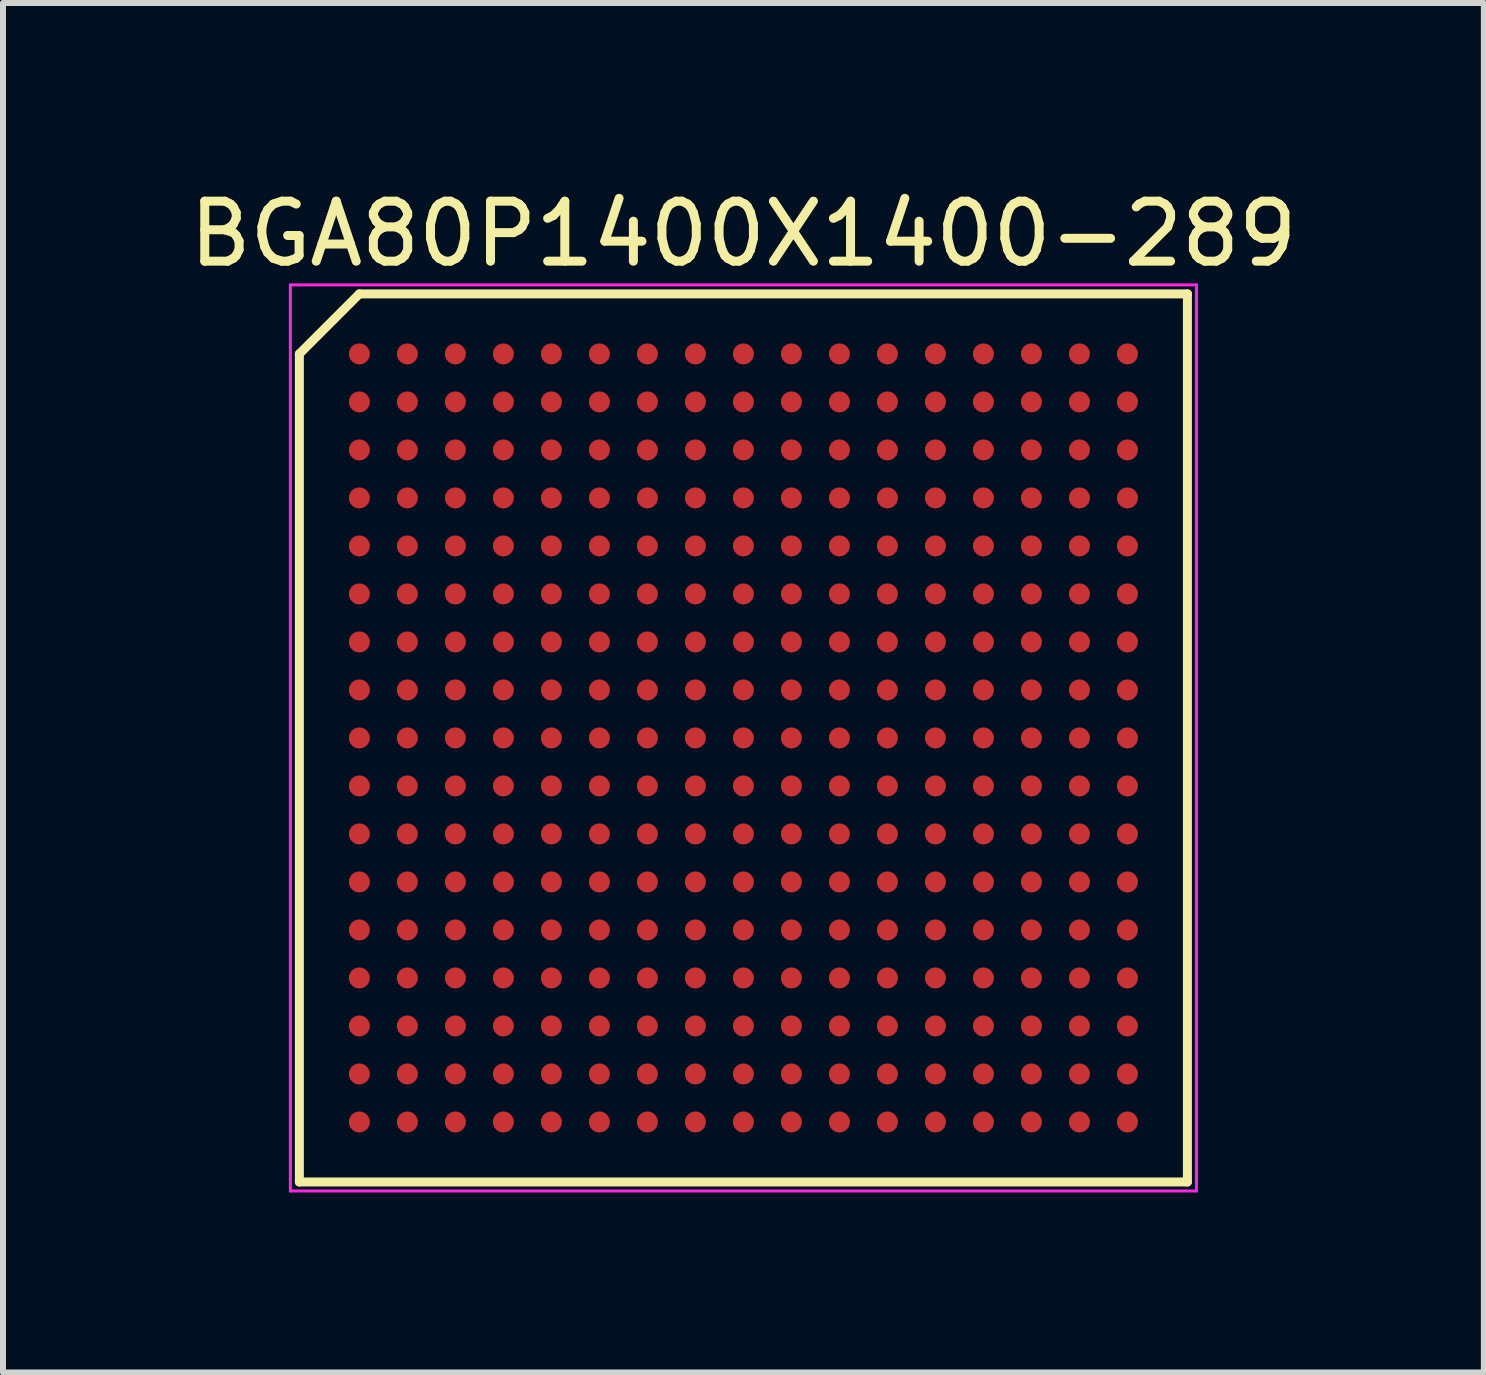
<source format=kicad_pcb>
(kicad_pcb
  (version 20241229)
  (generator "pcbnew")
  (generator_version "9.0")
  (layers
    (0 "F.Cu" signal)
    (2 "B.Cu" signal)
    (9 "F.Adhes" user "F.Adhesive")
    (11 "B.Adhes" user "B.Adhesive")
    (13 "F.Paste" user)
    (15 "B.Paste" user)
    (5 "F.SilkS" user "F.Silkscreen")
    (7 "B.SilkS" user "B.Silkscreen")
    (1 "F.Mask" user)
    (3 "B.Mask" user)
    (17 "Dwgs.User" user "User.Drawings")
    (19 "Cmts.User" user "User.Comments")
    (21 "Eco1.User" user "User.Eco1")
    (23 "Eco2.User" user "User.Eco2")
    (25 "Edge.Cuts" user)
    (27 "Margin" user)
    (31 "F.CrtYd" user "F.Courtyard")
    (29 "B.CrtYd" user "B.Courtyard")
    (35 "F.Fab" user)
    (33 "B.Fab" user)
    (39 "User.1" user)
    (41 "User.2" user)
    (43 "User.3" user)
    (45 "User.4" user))
  (footprint "BGA80P1400X1400-289"
    (layer "F.Cu")
    (at 9.339 9.248)
    (property "Reference" "BGA80P1400X1400-289" (at 0 -8.4 0) (layer "F.SilkS") (effects (font (size 1 1) (thickness 0.15))))
    (attr smd)
    (fp_line (start -7.4 -6.4) (end -7.4 7.4) (stroke (width 0.15) (type solid)) (layer "F.SilkS"))
    (fp_line (start -7.4 7.4) (end 7.4 7.4) (stroke (width 0.15) (type solid)) (layer "F.SilkS"))
    (fp_line (start -6.4 -7.4) (end -7.4 -6.4) (stroke (width 0.15) (type solid)) (layer "F.SilkS"))
    (fp_line (start 7.4 -7.4) (end -6.4 -7.4) (stroke (width 0.15) (type solid)) (layer "F.SilkS"))
    (fp_line (start 7.4 7.4) (end 7.4 -7.4) (stroke (width 0.15) (type solid)) (layer "F.SilkS"))
    (fp_line (start -7.55 -7.55) (end 7.55 -7.55) (stroke (width 0.05) (type solid)) (layer "F.CrtYd"))
    (fp_line (start -7.55 7.55) (end -7.55 -7.55) (stroke (width 0.05) (type solid)) (layer "F.CrtYd"))
    (fp_line (start 7.55 -7.55) (end 7.55 7.55) (stroke (width 0.05) (type solid)) (layer "F.CrtYd"))
    (fp_line (start 7.55 7.55) (end -7.55 7.55) (stroke (width 0.05) (type solid)) (layer "F.CrtYd"))
    (pad "A1" smd circle (at -6.4 -6.4) (size 0.35 0.35) (layers "F.Cu" "F.Mask" "F.Paste"))
    (pad "A2" smd circle (at -5.6 -6.4) (size 0.35 0.35) (layers "F.Cu" "F.Mask" "F.Paste"))
    (pad "A3" smd circle (at -4.8 -6.4) (size 0.35 0.35) (layers "F.Cu" "F.Mask" "F.Paste"))
    (pad "A4" smd circle (at -4 -6.4) (size 0.35 0.35) (layers "F.Cu" "F.Mask" "F.Paste"))
    (pad "A5" smd circle (at -3.2 -6.4) (size 0.35 0.35) (layers "F.Cu" "F.Mask" "F.Paste"))
    (pad "A6" smd circle (at -2.4 -6.4) (size 0.35 0.35) (layers "F.Cu" "F.Mask" "F.Paste"))
    (pad "A7" smd circle (at -1.6 -6.4) (size 0.35 0.35) (layers "F.Cu" "F.Mask" "F.Paste"))
    (pad "A8" smd circle (at -0.8 -6.4) (size 0.35 0.35) (layers "F.Cu" "F.Mask" "F.Paste"))
    (pad "A9" smd circle (at 0 -6.4) (size 0.35 0.35) (layers "F.Cu" "F.Mask" "F.Paste"))
    (pad "A10" smd circle (at 0.8 -6.4) (size 0.35 0.35) (layers "F.Cu" "F.Mask" "F.Paste"))
    (pad "A11" smd circle (at 1.6 -6.4) (size 0.35 0.35) (layers "F.Cu" "F.Mask" "F.Paste"))
    (pad "A12" smd circle (at 2.4 -6.4) (size 0.35 0.35) (layers "F.Cu" "F.Mask" "F.Paste"))
    (pad "A13" smd circle (at 3.2 -6.4) (size 0.35 0.35) (layers "F.Cu" "F.Mask" "F.Paste"))
    (pad "A14" smd circle (at 4 -6.4) (size 0.35 0.35) (layers "F.Cu" "F.Mask" "F.Paste"))
    (pad "A15" smd circle (at 4.8 -6.4) (size 0.35 0.35) (layers "F.Cu" "F.Mask" "F.Paste"))
    (pad "A16" smd circle (at 5.6 -6.4) (size 0.35 0.35) (layers "F.Cu" "F.Mask" "F.Paste"))
    (pad "A17" smd circle (at 6.4 -6.4) (size 0.35 0.35) (layers "F.Cu" "F.Mask" "F.Paste"))
    (pad "B1" smd circle (at -6.4 -5.6) (size 0.35 0.35) (layers "F.Cu" "F.Mask" "F.Paste"))
    (pad "B2" smd circle (at -5.6 -5.6) (size 0.35 0.35) (layers "F.Cu" "F.Mask" "F.Paste"))
    (pad "B3" smd circle (at -4.8 -5.6) (size 0.35 0.35) (layers "F.Cu" "F.Mask" "F.Paste"))
    (pad "B4" smd circle (at -4 -5.6) (size 0.35 0.35) (layers "F.Cu" "F.Mask" "F.Paste"))
    (pad "B5" smd circle (at -3.2 -5.6) (size 0.35 0.35) (layers "F.Cu" "F.Mask" "F.Paste"))
    (pad "B6" smd circle (at -2.4 -5.6) (size 0.35 0.35) (layers "F.Cu" "F.Mask" "F.Paste"))
    (pad "B7" smd circle (at -1.6 -5.6) (size 0.35 0.35) (layers "F.Cu" "F.Mask" "F.Paste"))
    (pad "B8" smd circle (at -0.8 -5.6) (size 0.35 0.35) (layers "F.Cu" "F.Mask" "F.Paste"))
    (pad "B9" smd circle (at 0 -5.6) (size 0.35 0.35) (layers "F.Cu" "F.Mask" "F.Paste"))
    (pad "B10" smd circle (at 0.8 -5.6) (size 0.35 0.35) (layers "F.Cu" "F.Mask" "F.Paste"))
    (pad "B11" smd circle (at 1.6 -5.6) (size 0.35 0.35) (layers "F.Cu" "F.Mask" "F.Paste"))
    (pad "B12" smd circle (at 2.4 -5.6) (size 0.35 0.35) (layers "F.Cu" "F.Mask" "F.Paste"))
    (pad "B13" smd circle (at 3.2 -5.6) (size 0.35 0.35) (layers "F.Cu" "F.Mask" "F.Paste"))
    (pad "B14" smd circle (at 4 -5.6) (size 0.35 0.35) (layers "F.Cu" "F.Mask" "F.Paste"))
    (pad "B15" smd circle (at 4.8 -5.6) (size 0.35 0.35) (layers "F.Cu" "F.Mask" "F.Paste"))
    (pad "B16" smd circle (at 5.6 -5.6) (size 0.35 0.35) (layers "F.Cu" "F.Mask" "F.Paste"))
    (pad "B17" smd circle (at 6.4 -5.6) (size 0.35 0.35) (layers "F.Cu" "F.Mask" "F.Paste"))
    (pad "C1" smd circle (at -6.4 -4.8) (size 0.35 0.35) (layers "F.Cu" "F.Mask" "F.Paste"))
    (pad "C2" smd circle (at -5.6 -4.8) (size 0.35 0.35) (layers "F.Cu" "F.Mask" "F.Paste"))
    (pad "C3" smd circle (at -4.8 -4.8) (size 0.35 0.35) (layers "F.Cu" "F.Mask" "F.Paste"))
    (pad "C4" smd circle (at -4 -4.8) (size 0.35 0.35) (layers "F.Cu" "F.Mask" "F.Paste"))
    (pad "C5" smd circle (at -3.2 -4.8) (size 0.35 0.35) (layers "F.Cu" "F.Mask" "F.Paste"))
    (pad "C6" smd circle (at -2.4 -4.8) (size 0.35 0.35) (layers "F.Cu" "F.Mask" "F.Paste"))
    (pad "C7" smd circle (at -1.6 -4.8) (size 0.35 0.35) (layers "F.Cu" "F.Mask" "F.Paste"))
    (pad "C8" smd circle (at -0.8 -4.8) (size 0.35 0.35) (layers "F.Cu" "F.Mask" "F.Paste"))
    (pad "C9" smd circle (at 0 -4.8) (size 0.35 0.35) (layers "F.Cu" "F.Mask" "F.Paste"))
    (pad "C10" smd circle (at 0.8 -4.8) (size 0.35 0.35) (layers "F.Cu" "F.Mask" "F.Paste"))
    (pad "C11" smd circle (at 1.6 -4.8) (size 0.35 0.35) (layers "F.Cu" "F.Mask" "F.Paste"))
    (pad "C12" smd circle (at 2.4 -4.8) (size 0.35 0.35) (layers "F.Cu" "F.Mask" "F.Paste"))
    (pad "C13" smd circle (at 3.2 -4.8) (size 0.35 0.35) (layers "F.Cu" "F.Mask" "F.Paste"))
    (pad "C14" smd circle (at 4 -4.8) (size 0.35 0.35) (layers "F.Cu" "F.Mask" "F.Paste"))
    (pad "C15" smd circle (at 4.8 -4.8) (size 0.35 0.35) (layers "F.Cu" "F.Mask" "F.Paste"))
    (pad "C16" smd circle (at 5.6 -4.8) (size 0.35 0.35) (layers "F.Cu" "F.Mask" "F.Paste"))
    (pad "C17" smd circle (at 6.4 -4.8) (size 0.35 0.35) (layers "F.Cu" "F.Mask" "F.Paste"))
    (pad "D1" smd circle (at -6.4 -4) (size 0.35 0.35) (layers "F.Cu" "F.Mask" "F.Paste"))
    (pad "D2" smd circle (at -5.6 -4) (size 0.35 0.35) (layers "F.Cu" "F.Mask" "F.Paste"))
    (pad "D3" smd circle (at -4.8 -4) (size 0.35 0.35) (layers "F.Cu" "F.Mask" "F.Paste"))
    (pad "D4" smd circle (at -4 -4) (size 0.35 0.35) (layers "F.Cu" "F.Mask" "F.Paste"))
    (pad "D5" smd circle (at -3.2 -4) (size 0.35 0.35) (layers "F.Cu" "F.Mask" "F.Paste"))
    (pad "D6" smd circle (at -2.4 -4) (size 0.35 0.35) (layers "F.Cu" "F.Mask" "F.Paste"))
    (pad "D7" smd circle (at -1.6 -4) (size 0.35 0.35) (layers "F.Cu" "F.Mask" "F.Paste"))
    (pad "D8" smd circle (at -0.8 -4) (size 0.35 0.35) (layers "F.Cu" "F.Mask" "F.Paste"))
    (pad "D9" smd circle (at 0 -4) (size 0.35 0.35) (layers "F.Cu" "F.Mask" "F.Paste"))
    (pad "D10" smd circle (at 0.8 -4) (size 0.35 0.35) (layers "F.Cu" "F.Mask" "F.Paste"))
    (pad "D11" smd circle (at 1.6 -4) (size 0.35 0.35) (layers "F.Cu" "F.Mask" "F.Paste"))
    (pad "D12" smd circle (at 2.4 -4) (size 0.35 0.35) (layers "F.Cu" "F.Mask" "F.Paste"))
    (pad "D13" smd circle (at 3.2 -4) (size 0.35 0.35) (layers "F.Cu" "F.Mask" "F.Paste"))
    (pad "D14" smd circle (at 4 -4) (size 0.35 0.35) (layers "F.Cu" "F.Mask" "F.Paste"))
    (pad "D15" smd circle (at 4.8 -4) (size 0.35 0.35) (layers "F.Cu" "F.Mask" "F.Paste"))
    (pad "D16" smd circle (at 5.6 -4) (size 0.35 0.35) (layers "F.Cu" "F.Mask" "F.Paste"))
    (pad "D17" smd circle (at 6.4 -4) (size 0.35 0.35) (layers "F.Cu" "F.Mask" "F.Paste"))
    (pad "E1" smd circle (at -6.4 -3.2) (size 0.35 0.35) (layers "F.Cu" "F.Mask" "F.Paste"))
    (pad "E2" smd circle (at -5.6 -3.2) (size 0.35 0.35) (layers "F.Cu" "F.Mask" "F.Paste"))
    (pad "E3" smd circle (at -4.8 -3.2) (size 0.35 0.35) (layers "F.Cu" "F.Mask" "F.Paste"))
    (pad "E4" smd circle (at -4 -3.2) (size 0.35 0.35) (layers "F.Cu" "F.Mask" "F.Paste"))
    (pad "E5" smd circle (at -3.2 -3.2) (size 0.35 0.35) (layers "F.Cu" "F.Mask" "F.Paste"))
    (pad "E6" smd circle (at -2.4 -3.2) (size 0.35 0.35) (layers "F.Cu" "F.Mask" "F.Paste"))
    (pad "E7" smd circle (at -1.6 -3.2) (size 0.35 0.35) (layers "F.Cu" "F.Mask" "F.Paste"))
    (pad "E8" smd circle (at -0.8 -3.2) (size 0.35 0.35) (layers "F.Cu" "F.Mask" "F.Paste"))
    (pad "E9" smd circle (at 0 -3.2) (size 0.35 0.35) (layers "F.Cu" "F.Mask" "F.Paste"))
    (pad "E10" smd circle (at 0.8 -3.2) (size 0.35 0.35) (layers "F.Cu" "F.Mask" "F.Paste"))
    (pad "E11" smd circle (at 1.6 -3.2) (size 0.35 0.35) (layers "F.Cu" "F.Mask" "F.Paste"))
    (pad "E12" smd circle (at 2.4 -3.2) (size 0.35 0.35) (layers "F.Cu" "F.Mask" "F.Paste"))
    (pad "E13" smd circle (at 3.2 -3.2) (size 0.35 0.35) (layers "F.Cu" "F.Mask" "F.Paste"))
    (pad "E14" smd circle (at 4 -3.2) (size 0.35 0.35) (layers "F.Cu" "F.Mask" "F.Paste"))
    (pad "E15" smd circle (at 4.8 -3.2) (size 0.35 0.35) (layers "F.Cu" "F.Mask" "F.Paste"))
    (pad "E16" smd circle (at 5.6 -3.2) (size 0.35 0.35) (layers "F.Cu" "F.Mask" "F.Paste"))
    (pad "E17" smd circle (at 6.4 -3.2) (size 0.35 0.35) (layers "F.Cu" "F.Mask" "F.Paste"))
    (pad "F1" smd circle (at -6.4 -2.4) (size 0.35 0.35) (layers "F.Cu" "F.Mask" "F.Paste"))
    (pad "F2" smd circle (at -5.6 -2.4) (size 0.35 0.35) (layers "F.Cu" "F.Mask" "F.Paste"))
    (pad "F3" smd circle (at -4.8 -2.4) (size 0.35 0.35) (layers "F.Cu" "F.Mask" "F.Paste"))
    (pad "F4" smd circle (at -4 -2.4) (size 0.35 0.35) (layers "F.Cu" "F.Mask" "F.Paste"))
    (pad "F5" smd circle (at -3.2 -2.4) (size 0.35 0.35) (layers "F.Cu" "F.Mask" "F.Paste"))
    (pad "F6" smd circle (at -2.4 -2.4) (size 0.35 0.35) (layers "F.Cu" "F.Mask" "F.Paste"))
    (pad "F7" smd circle (at -1.6 -2.4) (size 0.35 0.35) (layers "F.Cu" "F.Mask" "F.Paste"))
    (pad "F8" smd circle (at -0.8 -2.4) (size 0.35 0.35) (layers "F.Cu" "F.Mask" "F.Paste"))
    (pad "F9" smd circle (at 0 -2.4) (size 0.35 0.35) (layers "F.Cu" "F.Mask" "F.Paste"))
    (pad "F10" smd circle (at 0.8 -2.4) (size 0.35 0.35) (layers "F.Cu" "F.Mask" "F.Paste"))
    (pad "F11" smd circle (at 1.6 -2.4) (size 0.35 0.35) (layers "F.Cu" "F.Mask" "F.Paste"))
    (pad "F12" smd circle (at 2.4 -2.4) (size 0.35 0.35) (layers "F.Cu" "F.Mask" "F.Paste"))
    (pad "F13" smd circle (at 3.2 -2.4) (size 0.35 0.35) (layers "F.Cu" "F.Mask" "F.Paste"))
    (pad "F14" smd circle (at 4 -2.4) (size 0.35 0.35) (layers "F.Cu" "F.Mask" "F.Paste"))
    (pad "F15" smd circle (at 4.8 -2.4) (size 0.35 0.35) (layers "F.Cu" "F.Mask" "F.Paste"))
    (pad "F16" smd circle (at 5.6 -2.4) (size 0.35 0.35) (layers "F.Cu" "F.Mask" "F.Paste"))
    (pad "F17" smd circle (at 6.4 -2.4) (size 0.35 0.35) (layers "F.Cu" "F.Mask" "F.Paste"))
    (pad "G1" smd circle (at -6.4 -1.6) (size 0.35 0.35) (layers "F.Cu" "F.Mask" "F.Paste"))
    (pad "G2" smd circle (at -5.6 -1.6) (size 0.35 0.35) (layers "F.Cu" "F.Mask" "F.Paste"))
    (pad "G3" smd circle (at -4.8 -1.6) (size 0.35 0.35) (layers "F.Cu" "F.Mask" "F.Paste"))
    (pad "G4" smd circle (at -4 -1.6) (size 0.35 0.35) (layers "F.Cu" "F.Mask" "F.Paste"))
    (pad "G5" smd circle (at -3.2 -1.6) (size 0.35 0.35) (layers "F.Cu" "F.Mask" "F.Paste"))
    (pad "G6" smd circle (at -2.4 -1.6) (size 0.35 0.35) (layers "F.Cu" "F.Mask" "F.Paste"))
    (pad "G7" smd circle (at -1.6 -1.6) (size 0.35 0.35) (layers "F.Cu" "F.Mask" "F.Paste"))
    (pad "G8" smd circle (at -0.8 -1.6) (size 0.35 0.35) (layers "F.Cu" "F.Mask" "F.Paste"))
    (pad "G9" smd circle (at 0 -1.6) (size 0.35 0.35) (layers "F.Cu" "F.Mask" "F.Paste"))
    (pad "G10" smd circle (at 0.8 -1.6) (size 0.35 0.35) (layers "F.Cu" "F.Mask" "F.Paste"))
    (pad "G11" smd circle (at 1.6 -1.6) (size 0.35 0.35) (layers "F.Cu" "F.Mask" "F.Paste"))
    (pad "G12" smd circle (at 2.4 -1.6) (size 0.35 0.35) (layers "F.Cu" "F.Mask" "F.Paste"))
    (pad "G13" smd circle (at 3.2 -1.6) (size 0.35 0.35) (layers "F.Cu" "F.Mask" "F.Paste"))
    (pad "G14" smd circle (at 4 -1.6) (size 0.35 0.35) (layers "F.Cu" "F.Mask" "F.Paste"))
    (pad "G15" smd circle (at 4.8 -1.6) (size 0.35 0.35) (layers "F.Cu" "F.Mask" "F.Paste"))
    (pad "G16" smd circle (at 5.6 -1.6) (size 0.35 0.35) (layers "F.Cu" "F.Mask" "F.Paste"))
    (pad "G17" smd circle (at 6.4 -1.6) (size 0.35 0.35) (layers "F.Cu" "F.Mask" "F.Paste"))
    (pad "H1" smd circle (at -6.4 -0.8) (size 0.35 0.35) (layers "F.Cu" "F.Mask" "F.Paste"))
    (pad "H2" smd circle (at -5.6 -0.8) (size 0.35 0.35) (layers "F.Cu" "F.Mask" "F.Paste"))
    (pad "H3" smd circle (at -4.8 -0.8) (size 0.35 0.35) (layers "F.Cu" "F.Mask" "F.Paste"))
    (pad "H4" smd circle (at -4 -0.8) (size 0.35 0.35) (layers "F.Cu" "F.Mask" "F.Paste"))
    (pad "H5" smd circle (at -3.2 -0.8) (size 0.35 0.35) (layers "F.Cu" "F.Mask" "F.Paste"))
    (pad "H6" smd circle (at -2.4 -0.8) (size 0.35 0.35) (layers "F.Cu" "F.Mask" "F.Paste"))
    (pad "H7" smd circle (at -1.6 -0.8) (size 0.35 0.35) (layers "F.Cu" "F.Mask" "F.Paste"))
    (pad "H8" smd circle (at -0.8 -0.8) (size 0.35 0.35) (layers "F.Cu" "F.Mask" "F.Paste"))
    (pad "H9" smd circle (at 0 -0.8) (size 0.35 0.35) (layers "F.Cu" "F.Mask" "F.Paste"))
    (pad "H10" smd circle (at 0.8 -0.8) (size 0.35 0.35) (layers "F.Cu" "F.Mask" "F.Paste"))
    (pad "H11" smd circle (at 1.6 -0.8) (size 0.35 0.35) (layers "F.Cu" "F.Mask" "F.Paste"))
    (pad "H12" smd circle (at 2.4 -0.8) (size 0.35 0.35) (layers "F.Cu" "F.Mask" "F.Paste"))
    (pad "H13" smd circle (at 3.2 -0.8) (size 0.35 0.35) (layers "F.Cu" "F.Mask" "F.Paste"))
    (pad "H14" smd circle (at 4 -0.8) (size 0.35 0.35) (layers "F.Cu" "F.Mask" "F.Paste"))
    (pad "H15" smd circle (at 4.8 -0.8) (size 0.35 0.35) (layers "F.Cu" "F.Mask" "F.Paste"))
    (pad "H16" smd circle (at 5.6 -0.8) (size 0.35 0.35) (layers "F.Cu" "F.Mask" "F.Paste"))
    (pad "H17" smd circle (at 6.4 -0.8) (size 0.35 0.35) (layers "F.Cu" "F.Mask" "F.Paste"))
    (pad "J1" smd circle (at -6.4 0) (size 0.35 0.35) (layers "F.Cu" "F.Mask" "F.Paste"))
    (pad "J2" smd circle (at -5.6 0) (size 0.35 0.35) (layers "F.Cu" "F.Mask" "F.Paste"))
    (pad "J3" smd circle (at -4.8 0) (size 0.35 0.35) (layers "F.Cu" "F.Mask" "F.Paste"))
    (pad "J4" smd circle (at -4 0) (size 0.35 0.35) (layers "F.Cu" "F.Mask" "F.Paste"))
    (pad "J5" smd circle (at -3.2 0) (size 0.35 0.35) (layers "F.Cu" "F.Mask" "F.Paste"))
    (pad "J6" smd circle (at -2.4 0) (size 0.35 0.35) (layers "F.Cu" "F.Mask" "F.Paste"))
    (pad "J7" smd circle (at -1.6 0) (size 0.35 0.35) (layers "F.Cu" "F.Mask" "F.Paste"))
    (pad "J8" smd circle (at -0.8 0) (size 0.35 0.35) (layers "F.Cu" "F.Mask" "F.Paste"))
    (pad "J9" smd circle (at 0 0) (size 0.35 0.35) (layers "F.Cu" "F.Mask" "F.Paste"))
    (pad "J10" smd circle (at 0.8 0) (size 0.35 0.35) (layers "F.Cu" "F.Mask" "F.Paste"))
    (pad "J11" smd circle (at 1.6 0) (size 0.35 0.35) (layers "F.Cu" "F.Mask" "F.Paste"))
    (pad "J12" smd circle (at 2.4 0) (size 0.35 0.35) (layers "F.Cu" "F.Mask" "F.Paste"))
    (pad "J13" smd circle (at 3.2 0) (size 0.35 0.35) (layers "F.Cu" "F.Mask" "F.Paste"))
    (pad "J14" smd circle (at 4 0) (size 0.35 0.35) (layers "F.Cu" "F.Mask" "F.Paste"))
    (pad "J15" smd circle (at 4.8 0) (size 0.35 0.35) (layers "F.Cu" "F.Mask" "F.Paste"))
    (pad "J16" smd circle (at 5.6 0) (size 0.35 0.35) (layers "F.Cu" "F.Mask" "F.Paste"))
    (pad "J17" smd circle (at 6.4 0) (size 0.35 0.35) (layers "F.Cu" "F.Mask" "F.Paste"))
    (pad "K1" smd circle (at -6.4 0.8) (size 0.35 0.35) (layers "F.Cu" "F.Mask" "F.Paste"))
    (pad "K2" smd circle (at -5.6 0.8) (size 0.35 0.35) (layers "F.Cu" "F.Mask" "F.Paste"))
    (pad "K3" smd circle (at -4.8 0.8) (size 0.35 0.35) (layers "F.Cu" "F.Mask" "F.Paste"))
    (pad "K4" smd circle (at -4 0.8) (size 0.35 0.35) (layers "F.Cu" "F.Mask" "F.Paste"))
    (pad "K5" smd circle (at -3.2 0.8) (size 0.35 0.35) (layers "F.Cu" "F.Mask" "F.Paste"))
    (pad "K6" smd circle (at -2.4 0.8) (size 0.35 0.35) (layers "F.Cu" "F.Mask" "F.Paste"))
    (pad "K7" smd circle (at -1.6 0.8) (size 0.35 0.35) (layers "F.Cu" "F.Mask" "F.Paste"))
    (pad "K8" smd circle (at -0.8 0.8) (size 0.35 0.35) (layers "F.Cu" "F.Mask" "F.Paste"))
    (pad "K9" smd circle (at 0 0.8) (size 0.35 0.35) (layers "F.Cu" "F.Mask" "F.Paste"))
    (pad "K10" smd circle (at 0.8 0.8) (size 0.35 0.35) (layers "F.Cu" "F.Mask" "F.Paste"))
    (pad "K11" smd circle (at 1.6 0.8) (size 0.35 0.35) (layers "F.Cu" "F.Mask" "F.Paste"))
    (pad "K12" smd circle (at 2.4 0.8) (size 0.35 0.35) (layers "F.Cu" "F.Mask" "F.Paste"))
    (pad "K13" smd circle (at 3.2 0.8) (size 0.35 0.35) (layers "F.Cu" "F.Mask" "F.Paste"))
    (pad "K14" smd circle (at 4 0.8) (size 0.35 0.35) (layers "F.Cu" "F.Mask" "F.Paste"))
    (pad "K15" smd circle (at 4.8 0.8) (size 0.35 0.35) (layers "F.Cu" "F.Mask" "F.Paste"))
    (pad "K16" smd circle (at 5.6 0.8) (size 0.35 0.35) (layers "F.Cu" "F.Mask" "F.Paste"))
    (pad "K17" smd circle (at 6.4 0.8) (size 0.35 0.35) (layers "F.Cu" "F.Mask" "F.Paste"))
    (pad "L1" smd circle (at -6.4 1.6) (size 0.35 0.35) (layers "F.Cu" "F.Mask" "F.Paste"))
    (pad "L2" smd circle (at -5.6 1.6) (size 0.35 0.35) (layers "F.Cu" "F.Mask" "F.Paste"))
    (pad "L3" smd circle (at -4.8 1.6) (size 0.35 0.35) (layers "F.Cu" "F.Mask" "F.Paste"))
    (pad "L4" smd circle (at -4 1.6) (size 0.35 0.35) (layers "F.Cu" "F.Mask" "F.Paste"))
    (pad "L5" smd circle (at -3.2 1.6) (size 0.35 0.35) (layers "F.Cu" "F.Mask" "F.Paste"))
    (pad "L6" smd circle (at -2.4 1.6) (size 0.35 0.35) (layers "F.Cu" "F.Mask" "F.Paste"))
    (pad "L7" smd circle (at -1.6 1.6) (size 0.35 0.35) (layers "F.Cu" "F.Mask" "F.Paste"))
    (pad "L8" smd circle (at -0.8 1.6) (size 0.35 0.35) (layers "F.Cu" "F.Mask" "F.Paste"))
    (pad "L9" smd circle (at 0 1.6) (size 0.35 0.35) (layers "F.Cu" "F.Mask" "F.Paste"))
    (pad "L10" smd circle (at 0.8 1.6) (size 0.35 0.35) (layers "F.Cu" "F.Mask" "F.Paste"))
    (pad "L11" smd circle (at 1.6 1.6) (size 0.35 0.35) (layers "F.Cu" "F.Mask" "F.Paste"))
    (pad "L12" smd circle (at 2.4 1.6) (size 0.35 0.35) (layers "F.Cu" "F.Mask" "F.Paste"))
    (pad "L13" smd circle (at 3.2 1.6) (size 0.35 0.35) (layers "F.Cu" "F.Mask" "F.Paste"))
    (pad "L14" smd circle (at 4 1.6) (size 0.35 0.35) (layers "F.Cu" "F.Mask" "F.Paste"))
    (pad "L15" smd circle (at 4.8 1.6) (size 0.35 0.35) (layers "F.Cu" "F.Mask" "F.Paste"))
    (pad "L16" smd circle (at 5.6 1.6) (size 0.35 0.35) (layers "F.Cu" "F.Mask" "F.Paste"))
    (pad "L17" smd circle (at 6.4 1.6) (size 0.35 0.35) (layers "F.Cu" "F.Mask" "F.Paste"))
    (pad "M1" smd circle (at -6.4 2.4) (size 0.35 0.35) (layers "F.Cu" "F.Mask" "F.Paste"))
    (pad "M2" smd circle (at -5.6 2.4) (size 0.35 0.35) (layers "F.Cu" "F.Mask" "F.Paste"))
    (pad "M3" smd circle (at -4.8 2.4) (size 0.35 0.35) (layers "F.Cu" "F.Mask" "F.Paste"))
    (pad "M4" smd circle (at -4 2.4) (size 0.35 0.35) (layers "F.Cu" "F.Mask" "F.Paste"))
    (pad "M5" smd circle (at -3.2 2.4) (size 0.35 0.35) (layers "F.Cu" "F.Mask" "F.Paste"))
    (pad "M6" smd circle (at -2.4 2.4) (size 0.35 0.35) (layers "F.Cu" "F.Mask" "F.Paste"))
    (pad "M7" smd circle (at -1.6 2.4) (size 0.35 0.35) (layers "F.Cu" "F.Mask" "F.Paste"))
    (pad "M8" smd circle (at -0.8 2.4) (size 0.35 0.35) (layers "F.Cu" "F.Mask" "F.Paste"))
    (pad "M9" smd circle (at 0 2.4) (size 0.35 0.35) (layers "F.Cu" "F.Mask" "F.Paste"))
    (pad "M10" smd circle (at 0.8 2.4) (size 0.35 0.35) (layers "F.Cu" "F.Mask" "F.Paste"))
    (pad "M11" smd circle (at 1.6 2.4) (size 0.35 0.35) (layers "F.Cu" "F.Mask" "F.Paste"))
    (pad "M12" smd circle (at 2.4 2.4) (size 0.35 0.35) (layers "F.Cu" "F.Mask" "F.Paste"))
    (pad "M13" smd circle (at 3.2 2.4) (size 0.35 0.35) (layers "F.Cu" "F.Mask" "F.Paste"))
    (pad "M14" smd circle (at 4 2.4) (size 0.35 0.35) (layers "F.Cu" "F.Mask" "F.Paste"))
    (pad "M15" smd circle (at 4.8 2.4) (size 0.35 0.35) (layers "F.Cu" "F.Mask" "F.Paste"))
    (pad "M16" smd circle (at 5.6 2.4) (size 0.35 0.35) (layers "F.Cu" "F.Mask" "F.Paste"))
    (pad "M17" smd circle (at 6.4 2.4) (size 0.35 0.35) (layers "F.Cu" "F.Mask" "F.Paste"))
    (pad "N1" smd circle (at -6.4 3.2) (size 0.35 0.35) (layers "F.Cu" "F.Mask" "F.Paste"))
    (pad "N2" smd circle (at -5.6 3.2) (size 0.35 0.35) (layers "F.Cu" "F.Mask" "F.Paste"))
    (pad "N3" smd circle (at -4.8 3.2) (size 0.35 0.35) (layers "F.Cu" "F.Mask" "F.Paste"))
    (pad "N4" smd circle (at -4 3.2) (size 0.35 0.35) (layers "F.Cu" "F.Mask" "F.Paste"))
    (pad "N5" smd circle (at -3.2 3.2) (size 0.35 0.35) (layers "F.Cu" "F.Mask" "F.Paste"))
    (pad "N6" smd circle (at -2.4 3.2) (size 0.35 0.35) (layers "F.Cu" "F.Mask" "F.Paste"))
    (pad "N7" smd circle (at -1.6 3.2) (size 0.35 0.35) (layers "F.Cu" "F.Mask" "F.Paste"))
    (pad "N8" smd circle (at -0.8 3.2) (size 0.35 0.35) (layers "F.Cu" "F.Mask" "F.Paste"))
    (pad "N9" smd circle (at 0 3.2) (size 0.35 0.35) (layers "F.Cu" "F.Mask" "F.Paste"))
    (pad "N10" smd circle (at 0.8 3.2) (size 0.35 0.35) (layers "F.Cu" "F.Mask" "F.Paste"))
    (pad "N11" smd circle (at 1.6 3.2) (size 0.35 0.35) (layers "F.Cu" "F.Mask" "F.Paste"))
    (pad "N12" smd circle (at 2.4 3.2) (size 0.35 0.35) (layers "F.Cu" "F.Mask" "F.Paste"))
    (pad "N13" smd circle (at 3.2 3.2) (size 0.35 0.35) (layers "F.Cu" "F.Mask" "F.Paste"))
    (pad "N14" smd circle (at 4 3.2) (size 0.35 0.35) (layers "F.Cu" "F.Mask" "F.Paste"))
    (pad "N15" smd circle (at 4.8 3.2) (size 0.35 0.35) (layers "F.Cu" "F.Mask" "F.Paste"))
    (pad "N16" smd circle (at 5.6 3.2) (size 0.35 0.35) (layers "F.Cu" "F.Mask" "F.Paste"))
    (pad "N17" smd circle (at 6.4 3.2) (size 0.35 0.35) (layers "F.Cu" "F.Mask" "F.Paste"))
    (pad "P1" smd circle (at -6.4 4) (size 0.35 0.35) (layers "F.Cu" "F.Mask" "F.Paste"))
    (pad "P2" smd circle (at -5.6 4) (size 0.35 0.35) (layers "F.Cu" "F.Mask" "F.Paste"))
    (pad "P3" smd circle (at -4.8 4) (size 0.35 0.35) (layers "F.Cu" "F.Mask" "F.Paste"))
    (pad "P4" smd circle (at -4 4) (size 0.35 0.35) (layers "F.Cu" "F.Mask" "F.Paste"))
    (pad "P5" smd circle (at -3.2 4) (size 0.35 0.35) (layers "F.Cu" "F.Mask" "F.Paste"))
    (pad "P6" smd circle (at -2.4 4) (size 0.35 0.35) (layers "F.Cu" "F.Mask" "F.Paste"))
    (pad "P7" smd circle (at -1.6 4) (size 0.35 0.35) (layers "F.Cu" "F.Mask" "F.Paste"))
    (pad "P8" smd circle (at -0.8 4) (size 0.35 0.35) (layers "F.Cu" "F.Mask" "F.Paste"))
    (pad "P9" smd circle (at 0 4) (size 0.35 0.35) (layers "F.Cu" "F.Mask" "F.Paste"))
    (pad "P10" smd circle (at 0.8 4) (size 0.35 0.35) (layers "F.Cu" "F.Mask" "F.Paste"))
    (pad "P11" smd circle (at 1.6 4) (size 0.35 0.35) (layers "F.Cu" "F.Mask" "F.Paste"))
    (pad "P12" smd circle (at 2.4 4) (size 0.35 0.35) (layers "F.Cu" "F.Mask" "F.Paste"))
    (pad "P13" smd circle (at 3.2 4) (size 0.35 0.35) (layers "F.Cu" "F.Mask" "F.Paste"))
    (pad "P14" smd circle (at 4 4) (size 0.35 0.35) (layers "F.Cu" "F.Mask" "F.Paste"))
    (pad "P15" smd circle (at 4.8 4) (size 0.35 0.35) (layers "F.Cu" "F.Mask" "F.Paste"))
    (pad "P16" smd circle (at 5.6 4) (size 0.35 0.35) (layers "F.Cu" "F.Mask" "F.Paste"))
    (pad "P17" smd circle (at 6.4 4) (size 0.35 0.35) (layers "F.Cu" "F.Mask" "F.Paste"))
    (pad "R1" smd circle (at -6.4 4.8) (size 0.35 0.35) (layers "F.Cu" "F.Mask" "F.Paste"))
    (pad "R2" smd circle (at -5.6 4.8) (size 0.35 0.35) (layers "F.Cu" "F.Mask" "F.Paste"))
    (pad "R3" smd circle (at -4.8 4.8) (size 0.35 0.35) (layers "F.Cu" "F.Mask" "F.Paste"))
    (pad "R4" smd circle (at -4 4.8) (size 0.35 0.35) (layers "F.Cu" "F.Mask" "F.Paste"))
    (pad "R5" smd circle (at -3.2 4.8) (size 0.35 0.35) (layers "F.Cu" "F.Mask" "F.Paste"))
    (pad "R6" smd circle (at -2.4 4.8) (size 0.35 0.35) (layers "F.Cu" "F.Mask" "F.Paste"))
    (pad "R7" smd circle (at -1.6 4.8) (size 0.35 0.35) (layers "F.Cu" "F.Mask" "F.Paste"))
    (pad "R8" smd circle (at -0.8 4.8) (size 0.35 0.35) (layers "F.Cu" "F.Mask" "F.Paste"))
    (pad "R9" smd circle (at 0 4.8) (size 0.35 0.35) (layers "F.Cu" "F.Mask" "F.Paste"))
    (pad "R10" smd circle (at 0.8 4.8) (size 0.35 0.35) (layers "F.Cu" "F.Mask" "F.Paste"))
    (pad "R11" smd circle (at 1.6 4.8) (size 0.35 0.35) (layers "F.Cu" "F.Mask" "F.Paste"))
    (pad "R12" smd circle (at 2.4 4.8) (size 0.35 0.35) (layers "F.Cu" "F.Mask" "F.Paste"))
    (pad "R13" smd circle (at 3.2 4.8) (size 0.35 0.35) (layers "F.Cu" "F.Mask" "F.Paste"))
    (pad "R14" smd circle (at 4 4.8) (size 0.35 0.35) (layers "F.Cu" "F.Mask" "F.Paste"))
    (pad "R15" smd circle (at 4.8 4.8) (size 0.35 0.35) (layers "F.Cu" "F.Mask" "F.Paste"))
    (pad "R16" smd circle (at 5.6 4.8) (size 0.35 0.35) (layers "F.Cu" "F.Mask" "F.Paste"))
    (pad "R17" smd circle (at 6.4 4.8) (size 0.35 0.35) (layers "F.Cu" "F.Mask" "F.Paste"))
    (pad "T1" smd circle (at -6.4 5.6) (size 0.35 0.35) (layers "F.Cu" "F.Mask" "F.Paste"))
    (pad "T2" smd circle (at -5.6 5.6) (size 0.35 0.35) (layers "F.Cu" "F.Mask" "F.Paste"))
    (pad "T3" smd circle (at -4.8 5.6) (size 0.35 0.35) (layers "F.Cu" "F.Mask" "F.Paste"))
    (pad "T4" smd circle (at -4 5.6) (size 0.35 0.35) (layers "F.Cu" "F.Mask" "F.Paste"))
    (pad "T5" smd circle (at -3.2 5.6) (size 0.35 0.35) (layers "F.Cu" "F.Mask" "F.Paste"))
    (pad "T6" smd circle (at -2.4 5.6) (size 0.35 0.35) (layers "F.Cu" "F.Mask" "F.Paste"))
    (pad "T7" smd circle (at -1.6 5.6) (size 0.35 0.35) (layers "F.Cu" "F.Mask" "F.Paste"))
    (pad "T8" smd circle (at -0.8 5.6) (size 0.35 0.35) (layers "F.Cu" "F.Mask" "F.Paste"))
    (pad "T9" smd circle (at 0 5.6) (size 0.35 0.35) (layers "F.Cu" "F.Mask" "F.Paste"))
    (pad "T10" smd circle (at 0.8 5.6) (size 0.35 0.35) (layers "F.Cu" "F.Mask" "F.Paste"))
    (pad "T11" smd circle (at 1.6 5.6) (size 0.35 0.35) (layers "F.Cu" "F.Mask" "F.Paste"))
    (pad "T12" smd circle (at 2.4 5.6) (size 0.35 0.35) (layers "F.Cu" "F.Mask" "F.Paste"))
    (pad "T13" smd circle (at 3.2 5.6) (size 0.35 0.35) (layers "F.Cu" "F.Mask" "F.Paste"))
    (pad "T14" smd circle (at 4 5.6) (size 0.35 0.35) (layers "F.Cu" "F.Mask" "F.Paste"))
    (pad "T15" smd circle (at 4.8 5.6) (size 0.35 0.35) (layers "F.Cu" "F.Mask" "F.Paste"))
    (pad "T16" smd circle (at 5.6 5.6) (size 0.35 0.35) (layers "F.Cu" "F.Mask" "F.Paste"))
    (pad "T17" smd circle (at 6.4 5.6) (size 0.35 0.35) (layers "F.Cu" "F.Mask" "F.Paste"))
    (pad "U1" smd circle (at -6.4 6.4) (size 0.35 0.35) (layers "F.Cu" "F.Mask" "F.Paste"))
    (pad "U2" smd circle (at -5.6 6.4) (size 0.35 0.35) (layers "F.Cu" "F.Mask" "F.Paste"))
    (pad "U3" smd circle (at -4.8 6.4) (size 0.35 0.35) (layers "F.Cu" "F.Mask" "F.Paste"))
    (pad "U4" smd circle (at -4 6.4) (size 0.35 0.35) (layers "F.Cu" "F.Mask" "F.Paste"))
    (pad "U5" smd circle (at -3.2 6.4) (size 0.35 0.35) (layers "F.Cu" "F.Mask" "F.Paste"))
    (pad "U6" smd circle (at -2.4 6.4) (size 0.35 0.35) (layers "F.Cu" "F.Mask" "F.Paste"))
    (pad "U7" smd circle (at -1.6 6.4) (size 0.35 0.35) (layers "F.Cu" "F.Mask" "F.Paste"))
    (pad "U8" smd circle (at -0.8 6.4) (size 0.35 0.35) (layers "F.Cu" "F.Mask" "F.Paste"))
    (pad "U9" smd circle (at 0 6.4) (size 0.35 0.35) (layers "F.Cu" "F.Mask" "F.Paste"))
    (pad "U10" smd circle (at 0.8 6.4) (size 0.35 0.35) (layers "F.Cu" "F.Mask" "F.Paste"))
    (pad "U11" smd circle (at 1.6 6.4) (size 0.35 0.35) (layers "F.Cu" "F.Mask" "F.Paste"))
    (pad "U12" smd circle (at 2.4 6.4) (size 0.35 0.35) (layers "F.Cu" "F.Mask" "F.Paste"))
    (pad "U13" smd circle (at 3.2 6.4) (size 0.35 0.35) (layers "F.Cu" "F.Mask" "F.Paste"))
    (pad "U14" smd circle (at 4 6.4) (size 0.35 0.35) (layers "F.Cu" "F.Mask" "F.Paste"))
    (pad "U15" smd circle (at 4.8 6.4) (size 0.35 0.35) (layers "F.Cu" "F.Mask" "F.Paste"))
    (pad "U16" smd circle (at 5.6 6.4) (size 0.35 0.35) (layers "F.Cu" "F.Mask" "F.Paste"))
    (pad "U17" smd circle (at 6.4 6.4) (size 0.35 0.35) (layers "F.Cu" "F.Mask" "F.Paste")))
  (gr_rect
    (start -3 -3)
    (end 21.679 19.823)
    (stroke (width 0.1) (type default))
    (fill no)
    (layer "Edge.Cuts")))
</source>
